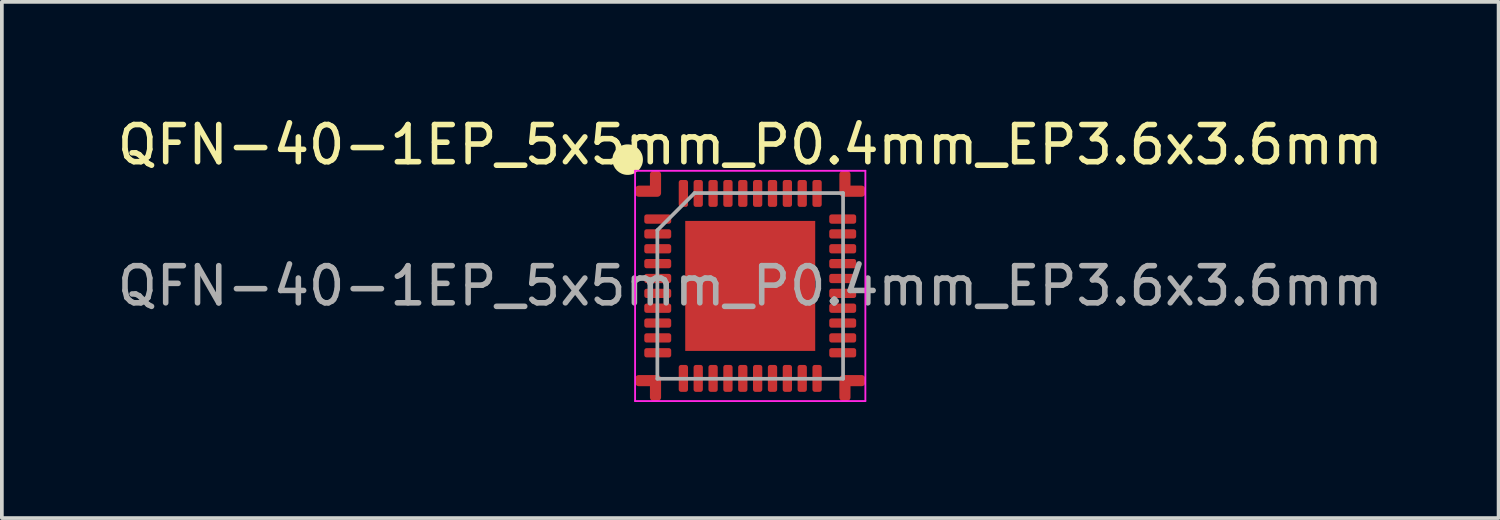
<source format=kicad_pcb>
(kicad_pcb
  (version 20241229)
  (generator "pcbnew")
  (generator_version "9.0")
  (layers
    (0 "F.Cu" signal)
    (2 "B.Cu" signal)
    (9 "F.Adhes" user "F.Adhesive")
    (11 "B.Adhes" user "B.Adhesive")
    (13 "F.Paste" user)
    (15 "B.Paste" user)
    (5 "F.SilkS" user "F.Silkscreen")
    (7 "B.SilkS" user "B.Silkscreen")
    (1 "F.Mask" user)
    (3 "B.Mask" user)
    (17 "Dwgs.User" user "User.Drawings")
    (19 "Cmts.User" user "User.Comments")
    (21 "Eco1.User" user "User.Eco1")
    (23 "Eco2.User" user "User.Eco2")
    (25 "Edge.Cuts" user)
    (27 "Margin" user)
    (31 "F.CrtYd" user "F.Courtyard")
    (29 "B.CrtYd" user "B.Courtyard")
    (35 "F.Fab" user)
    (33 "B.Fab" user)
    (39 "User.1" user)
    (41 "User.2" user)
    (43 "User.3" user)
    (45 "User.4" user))
  (footprint "QFN-40-1EP_5x5mm_P0.4mm_EP3.6x3.6mm"
    (layer "F.Cu")
    (at 17.149 4.648)
    (property "Reference" "QFN-40-1EP_5x5mm_P0.4mm_EP3.6x3.6mm" (at 0 -3.8 0) (layer "F.SilkS") (effects (font (size 1 1) (thickness 0.15))))
    (attr smd)
    (fp_poly (pts (xy -2.5 -2.5) (xy -2.5 -3) (xy -2.6 -3) (xy -2.6 -2.6) (xy -3 -2.6) (xy -3 -2.5)) (stroke (width 0.2) (type solid)) (fill yes) (layer "F.Cu"))
    (fp_poly (pts (xy -2.5 2.5) (xy -3 2.5) (xy -3 2.6) (xy -2.6 2.6) (xy -2.6 3) (xy -2.5 3)) (stroke (width 0.2) (type solid)) (fill yes) (layer "F.Cu"))
    (fp_poly (pts (xy 2.5 -2.5) (xy 3 -2.5) (xy 3 -2.6) (xy 2.6 -2.6) (xy 2.6 -3) (xy 2.5 -3)) (stroke (width 0.2) (type solid)) (fill yes) (layer "F.Cu"))
    (fp_poly (pts (xy 2.5 2.5) (xy 2.5 3) (xy 2.6 3) (xy 2.6 2.6) (xy 3 2.6) (xy 3 2.5)) (stroke (width 0.2) (type solid)) (fill yes) (layer "F.Cu"))
    (fp_poly (pts (xy -2.4 -3.4) (xy -3.4 -2.4) (xy -2.4 -2.4)) (stroke (width 0.1) (type solid)) (fill yes) (layer "F.Mask"))
    (fp_poly (pts (xy -2.4 3.2) (xy -2.4 2.4) (xy -3.2 2.4)) (stroke (width 0.1) (type solid)) (fill yes) (layer "F.Mask"))
    (fp_poly (pts (xy 2.4 -3.2) (xy 2.4 -2.4) (xy 3.2 -2.4)) (stroke (width 0.1) (type solid)) (fill yes) (layer "F.Mask"))
    (fp_poly (pts (xy 3.2 2.4) (xy 2.4 2.4) (xy 2.4 3.2)) (stroke (width 0.1) (type solid)) (fill yes) (layer "F.Mask"))
    (fp_circle (center -3.3 -3.4) (end -2.939 -3.4) (stroke (width 0.1) (type solid)) (fill yes) (layer "F.SilkS"))
    (fp_rect (start -2.8 -1.875) (end -2.385 -1.725) (stroke (width 0.1) (type solid)) (fill yes) (layer "F.Paste"))
    (fp_rect (start -2.8 -1.475) (end -2.385 -1.325) (stroke (width 0.1) (type solid)) (fill yes) (layer "F.Paste"))
    (fp_rect (start -2.8 -1.075) (end -2.385 -0.925) (stroke (width 0.1) (type solid)) (fill yes) (layer "F.Paste"))
    (fp_rect (start -2.8 -0.675) (end -2.385 -0.525) (stroke (width 0.1) (type solid)) (fill yes) (layer "F.Paste"))
    (fp_rect (start -2.8 -0.275) (end -2.385 -0.125) (stroke (width 0.1) (type solid)) (fill yes) (layer "F.Paste"))
    (fp_rect (start -2.8 0.125) (end -2.385 0.275) (stroke (width 0.1) (type solid)) (fill yes) (layer "F.Paste"))
    (fp_rect (start -2.8 0.525) (end -2.385 0.675) (stroke (width 0.1) (type solid)) (fill yes) (layer "F.Paste"))
    (fp_rect (start -2.8 0.925) (end -2.385 1.075) (stroke (width 0.1) (type solid)) (fill yes) (layer "F.Paste"))
    (fp_rect (start -2.8 1.325) (end -2.385 1.475) (stroke (width 0.1) (type solid)) (fill yes) (layer "F.Paste"))
    (fp_rect (start -2.8 1.725) (end -2.385 1.875) (stroke (width 0.1) (type solid)) (fill yes) (layer "F.Paste"))
    (fp_rect (start -1.875 -2.8) (end -1.725 -2.385) (stroke (width 0.1) (type solid)) (fill yes) (layer "F.Paste"))
    (fp_rect (start -1.875 2.385) (end -1.725 2.8) (stroke (width 0.1) (type solid)) (fill yes) (layer "F.Paste"))
    (fp_rect (start -1.475 -2.8) (end -1.325 -2.385) (stroke (width 0.1) (type solid)) (fill yes) (layer "F.Paste"))
    (fp_rect (start -1.475 2.385) (end -1.325 2.8) (stroke (width 0.1) (type solid)) (fill yes) (layer "F.Paste"))
    (fp_rect (start -1.075 -2.8) (end -0.925 -2.385) (stroke (width 0.1) (type solid)) (fill yes) (layer "F.Paste"))
    (fp_rect (start -1.075 2.385) (end -0.925 2.8) (stroke (width 0.1) (type solid)) (fill yes) (layer "F.Paste"))
    (fp_rect (start -0.675 -2.8) (end -0.525 -2.385) (stroke (width 0.1) (type solid)) (fill yes) (layer "F.Paste"))
    (fp_rect (start -0.675 2.385) (end -0.525 2.8) (stroke (width 0.1) (type solid)) (fill yes) (layer "F.Paste"))
    (fp_rect (start -0.275 -2.8) (end -0.125 -2.385) (stroke (width 0.1) (type solid)) (fill yes) (layer "F.Paste"))
    (fp_rect (start -0.275 2.385) (end -0.125 2.8) (stroke (width 0.1) (type solid)) (fill yes) (layer "F.Paste"))
    (fp_rect (start 0.125 -2.81) (end 0.275 -2.395) (stroke (width 0.1) (type solid)) (fill yes) (layer "F.Paste"))
    (fp_rect (start 0.125 2.385) (end 0.275 2.8) (stroke (width 0.1) (type solid)) (fill yes) (layer "F.Paste"))
    (fp_rect (start 0.525 -2.8) (end 0.675 -2.385) (stroke (width 0.1) (type solid)) (fill yes) (layer "F.Paste"))
    (fp_rect (start 0.525 2.385) (end 0.675 2.8) (stroke (width 0.1) (type solid)) (fill yes) (layer "F.Paste"))
    (fp_rect (start 0.925 -2.8) (end 1.075 -2.385) (stroke (width 0.1) (type solid)) (fill yes) (layer "F.Paste"))
    (fp_rect (start 0.925 2.385) (end 1.075 2.8) (stroke (width 0.1) (type solid)) (fill yes) (layer "F.Paste"))
    (fp_rect (start 1.325 -2.8) (end 1.475 -2.385) (stroke (width 0.1) (type solid)) (fill yes) (layer "F.Paste"))
    (fp_rect (start 1.325 2.385) (end 1.475 2.8) (stroke (width 0.1) (type solid)) (fill yes) (layer "F.Paste"))
    (fp_rect (start 1.725 -2.8) (end 1.875 -2.385) (stroke (width 0.1) (type solid)) (fill yes) (layer "F.Paste"))
    (fp_rect (start 1.725 2.385) (end 1.875 2.8) (stroke (width 0.1) (type solid)) (fill yes) (layer "F.Paste"))
    (fp_rect (start 2.385 -1.875) (end 2.8 -1.725) (stroke (width 0.1) (type solid)) (fill yes) (layer "F.Paste"))
    (fp_rect (start 2.385 -1.475) (end 2.8 -1.325) (stroke (width 0.1) (type solid)) (fill yes) (layer "F.Paste"))
    (fp_rect (start 2.385 -1.075) (end 2.8 -0.925) (stroke (width 0.1) (type solid)) (fill yes) (layer "F.Paste"))
    (fp_rect (start 2.385 -0.675) (end 2.8 -0.525) (stroke (width 0.1) (type solid)) (fill yes) (layer "F.Paste"))
    (fp_rect (start 2.385 -0.275) (end 2.8 -0.125) (stroke (width 0.1) (type solid)) (fill yes) (layer "F.Paste"))
    (fp_rect (start 2.385 0.125) (end 2.8 0.275) (stroke (width 0.1) (type solid)) (fill yes) (layer "F.Paste"))
    (fp_rect (start 2.385 0.525) (end 2.8 0.675) (stroke (width 0.1) (type solid)) (fill yes) (layer "F.Paste"))
    (fp_rect (start 2.385 0.925) (end 2.8 1.075) (stroke (width 0.1) (type solid)) (fill yes) (layer "F.Paste"))
    (fp_rect (start 2.385 1.325) (end 2.8 1.475) (stroke (width 0.1) (type solid)) (fill yes) (layer "F.Paste"))
    (fp_rect (start 2.385 1.725) (end 2.8 1.875) (stroke (width 0.1) (type solid)) (fill yes) (layer "F.Paste"))
    (fp_line (start -3.1 -3.1) (end -3.1 3.1) (stroke (width 0.05) (type solid)) (layer "F.CrtYd"))
    (fp_line (start -3.1 3.1) (end 3.1 3.1) (stroke (width 0.05) (type solid)) (layer "F.CrtYd"))
    (fp_line (start 3.1 -3.1) (end -3.1 -3.1) (stroke (width 0.05) (type solid)) (layer "F.CrtYd"))
    (fp_line (start 3.1 3.1) (end 3.1 -3.1) (stroke (width 0.05) (type solid)) (layer "F.CrtYd"))
    (fp_line (start -2.5 -1.5) (end -1.5 -2.5) (stroke (width 0.1) (type solid)) (layer "F.Fab"))
    (fp_line (start -2.5 2.5) (end -2.5 -1.5) (stroke (width 0.1) (type solid)) (layer "F.Fab"))
    (fp_line (start -1.5 -2.5) (end 2.5 -2.5) (stroke (width 0.1) (type solid)) (layer "F.Fab"))
    (fp_line (start 2.5 -2.5) (end 2.5 2.5) (stroke (width 0.1) (type solid)) (layer "F.Fab"))
    (fp_line (start 2.5 2.5) (end -2.5 2.5) (stroke (width 0.1) (type solid)) (layer "F.Fab"))
    (fp_text user "${REFERENCE}" (at 0 0 0) (layer "F.Fab") (effects (font (size 1 1) (thickness 0.15))))
    (pad "" smd roundrect (at -1.2 -1.2) (size 0.8 0.8) (layers "F.Paste") (roundrect_rratio 0.25))
    (pad "" smd roundrect (at -1.2 0) (size 0.8 0.8) (layers "F.Paste") (roundrect_rratio 0.25))
    (pad "" smd roundrect (at -1.2 1.2) (size 0.8 0.8) (layers "F.Paste") (roundrect_rratio 0.25))
    (pad "" smd roundrect (at 0 -1.2) (size 0.8 0.8) (layers "F.Paste") (roundrect_rratio 0.25))
    (pad "" smd roundrect (at 0 0) (size 0.8 0.8) (layers "F.Paste") (roundrect_rratio 0.25))
    (pad "" smd roundrect (at 0 1.2) (size 0.8 0.8) (layers "F.Paste") (roundrect_rratio 0.25))
    (pad "" smd roundrect (at 1.2 -1.2) (size 0.8 0.8) (layers "F.Paste") (roundrect_rratio 0.25))
    (pad "" smd roundrect (at 1.2 0) (size 0.8 0.8) (layers "F.Paste") (roundrect_rratio 0.25))
    (pad "" smd roundrect (at 1.2 1.2) (size 0.8 0.8) (layers "F.Paste") (roundrect_rratio 0.25))
    (pad "1" smd roundrect (at -2.49 -1.8) (size 0.725 0.25) (layers "F.Cu" "F.Mask") (roundrect_rratio 0.25))
    (pad "2" smd roundrect (at -2.49 -1.4) (size 0.725 0.25) (layers "F.Cu" "F.Mask") (roundrect_rratio 0.25))
    (pad "3" smd roundrect (at -2.49 -1) (size 0.725 0.25) (layers "F.Cu" "F.Mask") (roundrect_rratio 0.25))
    (pad "4" smd roundrect (at -2.49 -0.6) (size 0.725 0.25) (layers "F.Cu" "F.Mask") (roundrect_rratio 0.25))
    (pad "5" smd roundrect (at -2.49 -0.2) (size 0.725 0.25) (layers "F.Cu" "F.Mask") (roundrect_rratio 0.25))
    (pad "6" smd roundrect (at -2.49 0.2) (size 0.725 0.25) (layers "F.Cu" "F.Mask") (roundrect_rratio 0.25))
    (pad "7" smd roundrect (at -2.49 0.6) (size 0.725 0.25) (layers "F.Cu" "F.Mask") (roundrect_rratio 0.25))
    (pad "8" smd roundrect (at -2.49 1) (size 0.725 0.25) (layers "F.Cu" "F.Mask") (roundrect_rratio 0.25))
    (pad "9" smd roundrect (at -2.49 1.4) (size 0.725 0.25) (layers "F.Cu" "F.Mask") (roundrect_rratio 0.25))
    (pad "10" smd roundrect (at -2.49 1.8) (size 0.725 0.25) (layers "F.Cu" "F.Mask") (roundrect_rratio 0.25))
    (pad "11" smd roundrect (at -1.8 2.49) (size 0.25 0.725) (layers "F.Cu" "F.Mask") (roundrect_rratio 0.25))
    (pad "12" smd roundrect (at -1.4 2.49) (size 0.25 0.725) (layers "F.Cu" "F.Mask") (roundrect_rratio 0.25))
    (pad "13" smd roundrect (at -1 2.49) (size 0.25 0.725) (layers "F.Cu" "F.Mask") (roundrect_rratio 0.25))
    (pad "14" smd roundrect (at -0.6 2.49) (size 0.25 0.725) (layers "F.Cu" "F.Mask") (roundrect_rratio 0.25))
    (pad "15" smd roundrect (at -0.2 2.49) (size 0.25 0.725) (layers "F.Cu" "F.Mask") (roundrect_rratio 0.25))
    (pad "16" smd roundrect (at 0.2 2.49) (size 0.25 0.725) (layers "F.Cu" "F.Mask") (roundrect_rratio 0.25))
    (pad "17" smd roundrect (at 0.6 2.49) (size 0.25 0.725) (layers "F.Cu" "F.Mask") (roundrect_rratio 0.25))
    (pad "18" smd roundrect (at 1 2.49) (size 0.25 0.725) (layers "F.Cu" "F.Mask") (roundrect_rratio 0.25))
    (pad "19" smd roundrect (at 1.4 2.49) (size 0.25 0.725) (layers "F.Cu" "F.Mask") (roundrect_rratio 0.25))
    (pad "20" smd roundrect (at 1.8 2.49) (size 0.25 0.725) (layers "F.Cu" "F.Mask") (roundrect_rratio 0.25))
    (pad "21" smd roundrect (at 2.49 1.8) (size 0.725 0.25) (layers "F.Cu" "F.Mask") (roundrect_rratio 0.25))
    (pad "22" smd roundrect (at 2.49 1.4) (size 0.725 0.25) (layers "F.Cu" "F.Mask") (roundrect_rratio 0.25))
    (pad "23" smd roundrect (at 2.49 1) (size 0.725 0.25) (layers "F.Cu" "F.Mask") (roundrect_rratio 0.25))
    (pad "24" smd roundrect (at 2.49 0.6) (size 0.725 0.25) (layers "F.Cu" "F.Mask") (roundrect_rratio 0.25))
    (pad "25" smd roundrect (at 2.49 0.2) (size 0.725 0.25) (layers "F.Cu" "F.Mask") (roundrect_rratio 0.25))
    (pad "26" smd roundrect (at 2.49 -0.2) (size 0.725 0.25) (layers "F.Cu" "F.Mask") (roundrect_rratio 0.25))
    (pad "27" smd roundrect (at 2.49 -0.6) (size 0.725 0.25) (layers "F.Cu" "F.Mask") (roundrect_rratio 0.25))
    (pad "28" smd roundrect (at 2.49 -1) (size 0.725 0.25) (layers "F.Cu" "F.Mask") (roundrect_rratio 0.25))
    (pad "29" smd roundrect (at 2.49 -1.4) (size 0.725 0.25) (layers "F.Cu" "F.Mask") (roundrect_rratio 0.25))
    (pad "30" smd roundrect (at 2.49 -1.8) (size 0.725 0.25) (layers "F.Cu" "F.Mask") (roundrect_rratio 0.25))
    (pad "31" smd roundrect (at 1.8 -2.49) (size 0.25 0.725) (layers "F.Cu" "F.Mask") (roundrect_rratio 0.25))
    (pad "32" smd roundrect (at 1.4 -2.49) (size 0.25 0.725) (layers "F.Cu" "F.Mask") (roundrect_rratio 0.25))
    (pad "33" smd roundrect (at 1 -2.49) (size 0.25 0.725) (layers "F.Cu" "F.Mask") (roundrect_rratio 0.25))
    (pad "34" smd roundrect (at 0.6 -2.49) (size 0.25 0.725) (layers "F.Cu" "F.Mask") (roundrect_rratio 0.25))
    (pad "35" smd roundrect (at 0.2 -2.49) (size 0.25 0.725) (layers "F.Cu" "F.Mask") (roundrect_rratio 0.25))
    (pad "36" smd roundrect (at -0.2 -2.49) (size 0.25 0.725) (layers "F.Cu" "F.Mask") (roundrect_rratio 0.25))
    (pad "37" smd roundrect (at -0.6 -2.49) (size 0.25 0.725) (layers "F.Cu" "F.Mask") (roundrect_rratio 0.25))
    (pad "38" smd roundrect (at -1 -2.49) (size 0.25 0.725) (layers "F.Cu" "F.Mask") (roundrect_rratio 0.25))
    (pad "39" smd roundrect (at -1.4 -2.49) (size 0.25 0.725) (layers "F.Cu" "F.Mask") (roundrect_rratio 0.25))
    (pad "40" smd roundrect (at -1.8 -2.49) (size 0.25 0.725) (layers "F.Cu" "F.Mask") (roundrect_rratio 0.25))
    (pad "41" smd rect (at 0 0) (size 3.5 3.5) (property pad_prop_heatsink) (layers "F.Cu" "F.Mask")))
  (gr_rect
    (start -3 -3)
    (end 37.298 10.898)
    (stroke (width 0.1) (type default))
    (fill no)
    (layer "Edge.Cuts")))
</source>
